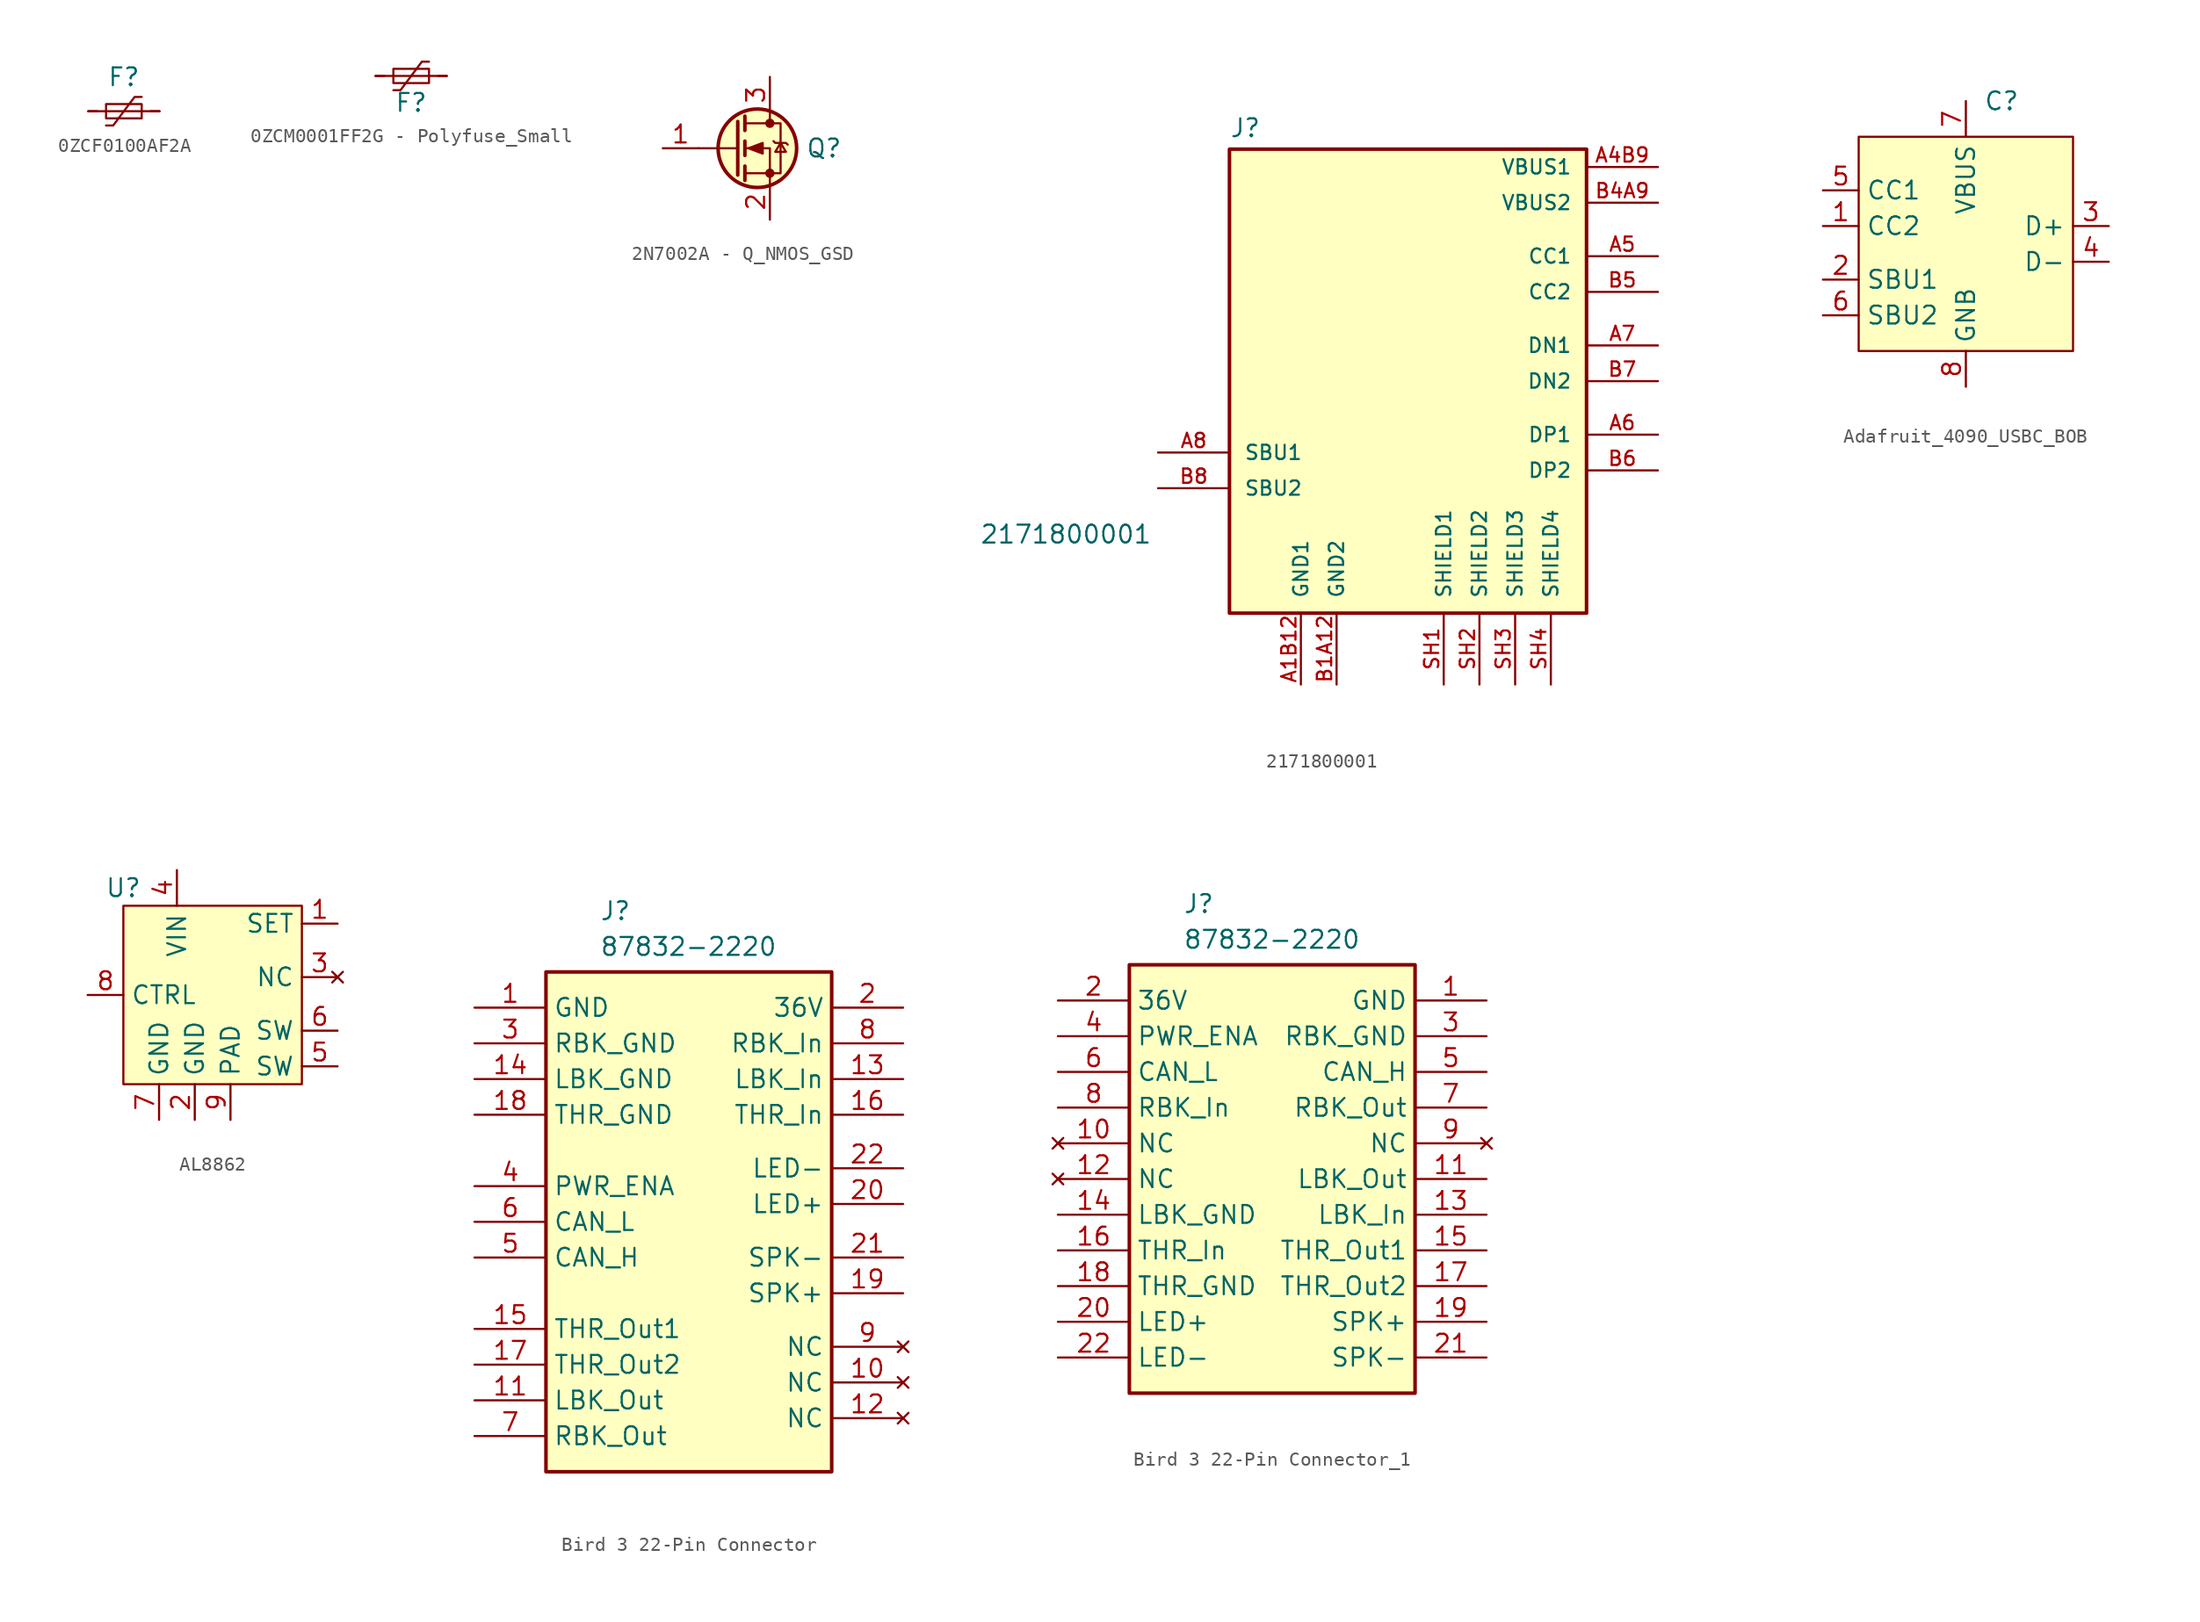
<source format=kicad_sym>
(kicad_symbol_lib
  (version 20231120)
  (generator "kicad_symbol_editor")
  (generator_version "8.0")
  (symbol "0ZCF0100AF2A"
    (pin_numbers hide)
    (property "Reference" "F"
      (at 0 3.175 0)
      (effects (font (size 1.27 1.27)) (justify top)))
    (symbol "0ZCF0100AF2A_0_1"
      (rectangle (start -1.27 -0.508) (end 1.27 0.508) (stroke (width 0) (type default)) (fill (type none)))
      (polyline (pts (xy -2.54 0) (xy 2.54 0)) (stroke (width 0) (type default)) (fill (type none)))
      (polyline (pts (xy -1.27 -1.016) (xy -0.762 -1.016) (xy 0.762 1.016) (xy 1.27 1.016)) (stroke (width 0) (type default)) (fill (type none))))
    (symbol "0ZCF0100AF2A_1_1"
      (pin passive line (at -2.54 0 0) (length 0.635) (name "~" (effects (font (size 1.27 1.27)))) (number "1" (effects (font (size 1.27 1.27)))))
      (pin passive line (at 2.54 0 180) (length 0.635) (name "~" (effects (font (size 1.27 1.27)))) (number "2" (effects (font (size 1.27 1.27)))))))
  (symbol "0ZCM0001FF2G - Polyfuse_Small"
    (pin_numbers hide)
    (pin_names
      (offset 0))
    (property "Reference" "F"
      (at 0 -1.905 0)
      (effects (font (size 1.27 1.27))))
    (symbol "0ZCM0001FF2G - Polyfuse_Small_0_1"
      (rectangle (start -1.27 -0.508) (end 1.27 0.508) (stroke (width 0) (type default)) (fill (type none)))
      (polyline (pts (xy -2.54 0) (xy 2.54 0)) (stroke (width 0) (type default)) (fill (type none)))
      (polyline (pts (xy -1.27 -1.016) (xy -0.762 -1.016) (xy 0.762 1.016) (xy 1.27 1.016)) (stroke (width 0) (type default)) (fill (type none))))
    (symbol "0ZCM0001FF2G - Polyfuse_Small_1_1"
      (pin passive line (at -2.54 0 0) (length 0.635) (name "~" (effects (font (size 1.27 1.27)))) (number "1" (effects (font (size 1.27 1.27)))))
      (pin passive line (at 2.54 0 180) (length 0.635) (name "~" (effects (font (size 1.27 1.27)))) (number "2" (effects (font (size 1.27 1.27)))))))
  (symbol "2N7002A - Q_NMOS_GSD"
    (pin_names
      (offset 0) hide)
    (property "Reference" "Q"
      (at 5.08 0 0)
      (effects (font (size 1.27 1.27)) (justify left)))
    (symbol "2N7002A - Q_NMOS_GSD_0_1"
      (polyline (pts (xy 0.254 0) (xy -2.54 0)) (stroke (width 0) (type default)) (fill (type none)))
      (polyline (pts (xy 0.254 1.905) (xy 0.254 -1.905)) (stroke (width 0.254) (type default)) (fill (type none)))
      (polyline (pts (xy 0.762 -1.27) (xy 0.762 -2.286)) (stroke (width 0.254) (type default)) (fill (type none)))
      (polyline (pts (xy 0.762 0.508) (xy 0.762 -0.508)) (stroke (width 0.254) (type default)) (fill (type none)))
      (polyline (pts (xy 0.762 2.286) (xy 0.762 1.27)) (stroke (width 0.254) (type default)) (fill (type none)))
      (polyline (pts (xy 2.54 2.54) (xy 2.54 1.778)) (stroke (width 0) (type default)) (fill (type none)))
      (polyline (pts (xy 2.54 -2.54) (xy 2.54 0) (xy 0.762 0)) (stroke (width 0) (type default)) (fill (type none)))
      (polyline (pts (xy 0.762 -1.778) (xy 3.302 -1.778) (xy 3.302 1.778) (xy 0.762 1.778)) (stroke (width 0) (type default)) (fill (type none)))
      (polyline (pts (xy 1.016 0) (xy 2.032 0.381) (xy 2.032 -0.381) (xy 1.016 0)) (stroke (width 0) (type default)) (fill (type outline)))
      (polyline (pts (xy 2.794 0.508) (xy 2.921 0.381) (xy 3.683 0.381) (xy 3.81 0.254)) (stroke (width 0) (type default)) (fill (type none)))
      (polyline (pts (xy 3.302 0.381) (xy 2.921 -0.254) (xy 3.683 -0.254) (xy 3.302 0.381)) (stroke (width 0) (type default)) (fill (type none)))
      (circle (center 2.54 -1.778) (radius 0.254) (stroke (width 0) (type default)) (fill (type outline)))
      (circle (center 2.54 1.778) (radius 0.254) (stroke (width 0) (type default)) (fill (type outline))))
    (symbol "2N7002A - Q_NMOS_GSD_1_1"
      (circle (center 1.651 0) (radius 2.794) (stroke (width 0.254) (type default)) (fill (type background)))
      (pin input line (at -5.08 0 0) (length 2.54) (name "G" (effects (font (size 1.27 1.27)))) (number "1" (effects (font (size 1.27 1.27)))))
      (pin passive line (at 2.54 -5.08 90) (length 2.54) (name "S" (effects (font (size 1.27 1.27)))) (number "2" (effects (font (size 1.27 1.27)))))
      (pin passive line (at 2.54 5.08 270) (length 2.54) (name "D" (effects (font (size 1.27 1.27)))) (number "3" (effects (font (size 1.27 1.27)))))))
  (symbol "2171800001"
    (pin_names
      (offset 1.016))
    (property "Reference" "J"
      (at -12.7 16.002 0)
      (effects (font (size 1.27 1.27)) (justify left bottom)))
    (property "Value" "2171800001"
      (at -30.48 -11.43 0)
      (effects (font (size 1.27 1.27)) (justify left top)))
    (symbol "2171800001_0_0"
      (rectangle (start -12.7 15.24) (end 12.7 -17.78) (stroke (width 0.254) (type default)) (fill (type background)))
      (pin power_in line (at -7.62 -22.86 90) (length 5.08) (name "GND1" (effects (font (size 1.016 1.016)))) (number "A1B12" (effects (font (size 1.016 1.016)))))
      (pin power_in line (at 17.78 13.97 180) (length 5.08) (name "VBUS1" (effects (font (size 1.016 1.016)))) (number "A4B9" (effects (font (size 1.016 1.016)))))
      (pin bidirectional line (at 17.78 7.62 180) (length 5.08) (name "CC1" (effects (font (size 1.016 1.016)))) (number "A5" (effects (font (size 1.016 1.016)))))
      (pin bidirectional line (at 17.78 -5.08 180) (length 5.08) (name "DP1" (effects (font (size 1.016 1.016)))) (number "A6" (effects (font (size 1.016 1.016)))))
      (pin bidirectional line (at 17.78 1.27 180) (length 5.08) (name "DN1" (effects (font (size 1.016 1.016)))) (number "A7" (effects (font (size 1.016 1.016)))))
      (pin bidirectional line (at -17.78 -6.35 0) (length 5.08) (name "SBU1" (effects (font (size 1.016 1.016)))) (number "A8" (effects (font (size 1.016 1.016)))))
      (pin power_in line (at -5.08 -22.86 90) (length 5.08) (name "GND2" (effects (font (size 1.016 1.016)))) (number "B1A12" (effects (font (size 1.016 1.016)))))
      (pin power_in line (at 17.78 11.43 180) (length 5.08) (name "VBUS2" (effects (font (size 1.016 1.016)))) (number "B4A9" (effects (font (size 1.016 1.016)))))
      (pin bidirectional line (at 17.78 5.08 180) (length 5.08) (name "CC2" (effects (font (size 1.016 1.016)))) (number "B5" (effects (font (size 1.016 1.016)))))
      (pin bidirectional line (at 17.78 -7.62 180) (length 5.08) (name "DP2" (effects (font (size 1.016 1.016)))) (number "B6" (effects (font (size 1.016 1.016)))))
      (pin bidirectional line (at 17.78 -1.27 180) (length 5.08) (name "DN2" (effects (font (size 1.016 1.016)))) (number "B7" (effects (font (size 1.016 1.016)))))
      (pin bidirectional line (at -17.78 -8.89 0) (length 5.08) (name "SBU2" (effects (font (size 1.016 1.016)))) (number "B8" (effects (font (size 1.016 1.016)))))
      (pin passive line (at 2.54 -22.86 90) (length 5.08) (name "SHIELD1" (effects (font (size 1.016 1.016)))) (number "SH1" (effects (font (size 1.016 1.016)))))
      (pin passive line (at 5.08 -22.86 90) (length 5.08) (name "SHIELD2" (effects (font (size 1.016 1.016)))) (number "SH2" (effects (font (size 1.016 1.016)))))
      (pin passive line (at 7.62 -22.86 90) (length 5.08) (name "SHIELD3" (effects (font (size 1.016 1.016)))) (number "SH3" (effects (font (size 1.016 1.016)))))
      (pin passive line (at 10.16 -22.86 90) (length 5.08) (name "SHIELD4" (effects (font (size 1.016 1.016)))) (number "SH4" (effects (font (size 1.016 1.016)))))))
  (symbol "Adafruit_4090_USBC_BOB"
    (property "Reference" "C"
      (at 2.54 10.16 0)
      (effects (font (size 1.27 1.27))))
    (property "Value" ""
      (at 0 0 0)
      (effects (font (size 1.27 1.27))))
    (symbol "Adafruit_4090_USBC_BOB_1_1"
      (rectangle (start -7.62 7.62) (end 7.62 -7.62) (stroke (width 0) (type default)) (fill (type background)))
      (pin passive line (at -10.16 1.27 0) (length 2.54) (name "CC2" (effects (font (size 1.27 1.27)))) (number "1" (effects (font (size 1.27 1.27)))))
      (pin passive line (at -10.16 -2.54 0) (length 2.54) (name "SBU1" (effects (font (size 1.27 1.27)))) (number "2" (effects (font (size 1.27 1.27)))))
      (pin passive line (at 10.16 1.27 180) (length 2.54) (name "D+" (effects (font (size 1.27 1.27)))) (number "3" (effects (font (size 1.27 1.27)))))
      (pin passive line (at 10.16 -1.27 180) (length 2.54) (name "D-" (effects (font (size 1.27 1.27)))) (number "4" (effects (font (size 1.27 1.27)))))
      (pin passive line (at -10.16 3.81 0) (length 2.54) (name "CC1" (effects (font (size 1.27 1.27)))) (number "5" (effects (font (size 1.27 1.27)))))
      (pin passive line (at -10.16 -5.08 0) (length 2.54) (name "SBU2" (effects (font (size 1.27 1.27)))) (number "6" (effects (font (size 1.27 1.27)))))
      (pin power_in line (at 0 10.16 270) (length 2.54) (name "VBUS" (effects (font (size 1.27 1.27)))) (number "7" (effects (font (size 1.27 1.27)))))
      (pin power_in line (at 0 -10.16 90) (length 2.54) (name "GNB" (effects (font (size 1.27 1.27)))) (number "8" (effects (font (size 1.27 1.27)))))))
  (symbol "AL8862"
    (property "Reference" "U"
      (at -6.35 7.62 0)
      (effects (font (size 1.27 1.27))))
    (property "Value" ""
      (at 0 0 0)
      (effects (font (size 1.27 1.27))))
    (symbol "AL8862_1_1"
      (rectangle (start -6.35 6.35) (end 6.35 -6.35) (stroke (width 0) (type default)) (fill (type background)))
      (pin power_out line (at 8.89 5.08 180) (length 2.54) (name "SET" (effects (font (size 1.27 1.27)))) (number "1" (effects (font (size 1.27 1.27)))))
      (pin power_in line (at -1.27 -8.89 90) (length 2.54) (name "GND" (effects (font (size 1.27 1.27)))) (number "2" (effects (font (size 1.27 1.27)))))
      (pin no_connect line (at 8.89 1.27 180) (length 2.54) (name "NC" (effects (font (size 1.27 1.27)))) (number "3" (effects (font (size 1.27 1.27)))))
      (pin power_in line (at -2.54 8.89 270) (length 2.54) (name "VIN" (effects (font (size 1.27 1.27)))) (number "4" (effects (font (size 1.27 1.27)))))
      (pin output line (at 8.89 -5.08 180) (length 2.54) (name "SW" (effects (font (size 1.27 1.27)))) (number "5" (effects (font (size 1.27 1.27)))))
      (pin output line (at 8.89 -2.54 180) (length 2.54) (name "SW" (effects (font (size 1.27 1.27)))) (number "6" (effects (font (size 1.27 1.27)))))
      (pin power_in line (at -3.81 -8.89 90) (length 2.54) (name "GND" (effects (font (size 1.27 1.27)))) (number "7" (effects (font (size 1.27 1.27)))))
      (pin input line (at -8.89 0 0) (length 2.54) (name "CTRL" (effects (font (size 1.27 1.27)))) (number "8" (effects (font (size 1.27 1.27)))))
      (pin power_in line (at 1.27 -8.89 90) (length 2.54) (name "PAD" (effects (font (size 1.27 1.27)))) (number "9" (effects (font (size 1.27 1.27)))))))
  (symbol "Bird 3 22-Pin Connector"
    (property "Reference" "J"
      (at -6.35 19.05 0)
      (effects (font (size 1.27 1.27)) (justify left top)))
    (property "Value" "87832-2220"
      (at -6.35 16.51 0)
      (effects (font (size 1.27 1.27)) (justify left top)))
    (symbol "Bird 3 22-Pin Connector_1_1"
      (rectangle (start -10.16 13.97) (end 10.16 -21.59) (stroke (width 0.254) (type default)) (fill (type background)))
      (pin power_out line (at -15.24 11.43 0) (length 5.08) (name "GND" (effects (font (size 1.27 1.27)))) (number "1" (effects (font (size 1.27 1.27)))))
      (pin no_connect line (at 15.24 -15.24 180) (length 5.08) (name "NC" (effects (font (size 1.27 1.27)))) (number "10" (effects (font (size 1.27 1.27)))))
      (pin passive line (at -15.24 -16.51 0) (length 5.08) (name "LBK_Out" (effects (font (size 1.27 1.27)))) (number "11" (effects (font (size 1.27 1.27)))))
      (pin no_connect line (at 15.24 -17.78 180) (length 5.08) (name "NC" (effects (font (size 1.27 1.27)))) (number "12" (effects (font (size 1.27 1.27)))))
      (pin passive line (at 15.24 6.35 180) (length 5.08) (name "LBK_In" (effects (font (size 1.27 1.27)))) (number "13" (effects (font (size 1.27 1.27)))))
      (pin passive line (at -15.24 6.35 0) (length 5.08) (name "LBK_GND" (effects (font (size 1.27 1.27)))) (number "14" (effects (font (size 1.27 1.27)))))
      (pin passive line (at -15.24 -11.43 0) (length 5.08) (name "THR_Out1" (effects (font (size 1.27 1.27)))) (number "15" (effects (font (size 1.27 1.27)))))
      (pin passive line (at 15.24 3.81 180) (length 5.08) (name "THR_In" (effects (font (size 1.27 1.27)))) (number "16" (effects (font (size 1.27 1.27)))))
      (pin passive line (at -15.24 -13.97 0) (length 5.08) (name "THR_Out2" (effects (font (size 1.27 1.27)))) (number "17" (effects (font (size 1.27 1.27)))))
      (pin passive line (at -15.24 3.81 0) (length 5.08) (name "THR_GND" (effects (font (size 1.27 1.27)))) (number "18" (effects (font (size 1.27 1.27)))))
      (pin passive line (at 15.24 -8.89 180) (length 5.08) (name "SPK+" (effects (font (size 1.27 1.27)))) (number "19" (effects (font (size 1.27 1.27)))))
      (pin power_out line (at 15.24 11.43 180) (length 5.08) (name "36V" (effects (font (size 1.27 1.27)))) (number "2" (effects (font (size 1.27 1.27)))))
      (pin passive line (at 15.24 -2.54 180) (length 5.08) (name "LED+" (effects (font (size 1.27 1.27)))) (number "20" (effects (font (size 1.27 1.27)))))
      (pin passive line (at 15.24 -6.35 180) (length 5.08) (name "SPK-" (effects (font (size 1.27 1.27)))) (number "21" (effects (font (size 1.27 1.27)))))
      (pin passive line (at 15.24 0 180) (length 5.08) (name "LED-" (effects (font (size 1.27 1.27)))) (number "22" (effects (font (size 1.27 1.27)))))
      (pin passive line (at -15.24 8.89 0) (length 5.08) (name "RBK_GND" (effects (font (size 1.27 1.27)))) (number "3" (effects (font (size 1.27 1.27)))))
      (pin passive line (at -15.24 -1.27 0) (length 5.08) (name "PWR_ENA" (effects (font (size 1.27 1.27)))) (number "4" (effects (font (size 1.27 1.27)))))
      (pin passive line (at -15.24 -6.35 0) (length 5.08) (name "CAN_H" (effects (font (size 1.27 1.27)))) (number "5" (effects (font (size 1.27 1.27)))))
      (pin passive line (at -15.24 -3.81 0) (length 5.08) (name "CAN_L" (effects (font (size 1.27 1.27)))) (number "6" (effects (font (size 1.27 1.27)))))
      (pin passive line (at -15.24 -19.05 0) (length 5.08) (name "RBK_Out" (effects (font (size 1.27 1.27)))) (number "7" (effects (font (size 1.27 1.27)))))
      (pin passive line (at 15.24 8.89 180) (length 5.08) (name "RBK_In" (effects (font (size 1.27 1.27)))) (number "8" (effects (font (size 1.27 1.27)))))
      (pin no_connect line (at 15.24 -12.7 180) (length 5.08) (name "NC" (effects (font (size 1.27 1.27)))) (number "9" (effects (font (size 1.27 1.27)))))))
  (symbol "Bird 3 22-Pin Connector_1"
    (property "Reference" "J"
      (at -6.35 19.05 0)
      (effects (font (size 1.27 1.27)) (justify left top)))
    (property "Value" "87832-2220"
      (at -6.35 16.51 0)
      (effects (font (size 1.27 1.27)) (justify left top)))
    (symbol "Bird 3 22-Pin Connector_1_1_1"
      (rectangle (start -10.16 13.97) (end 10.16 -16.51) (stroke (width 0.254) (type default)) (fill (type background)))
      (pin power_out line (at 15.24 11.43 180) (length 5.08) (name "GND" (effects (font (size 1.27 1.27)))) (number "1" (effects (font (size 1.27 1.27)))))
      (pin no_connect line (at -15.24 1.27 0) (length 5.08) (name "NC" (effects (font (size 1.27 1.27)))) (number "10" (effects (font (size 1.27 1.27)))))
      (pin passive line (at 15.24 -1.27 180) (length 5.08) (name "LBK_Out" (effects (font (size 1.27 1.27)))) (number "11" (effects (font (size 1.27 1.27)))))
      (pin no_connect line (at -15.24 -1.27 0) (length 5.08) (name "NC" (effects (font (size 1.27 1.27)))) (number "12" (effects (font (size 1.27 1.27)))))
      (pin passive line (at 15.24 -3.81 180) (length 5.08) (name "LBK_In" (effects (font (size 1.27 1.27)))) (number "13" (effects (font (size 1.27 1.27)))))
      (pin passive line (at -15.24 -3.81 0) (length 5.08) (name "LBK_GND" (effects (font (size 1.27 1.27)))) (number "14" (effects (font (size 1.27 1.27)))))
      (pin passive line (at 15.24 -6.35 180) (length 5.08) (name "THR_Out1" (effects (font (size 1.27 1.27)))) (number "15" (effects (font (size 1.27 1.27)))))
      (pin passive line (at -15.24 -6.35 0) (length 5.08) (name "THR_In" (effects (font (size 1.27 1.27)))) (number "16" (effects (font (size 1.27 1.27)))))
      (pin passive line (at 15.24 -8.89 180) (length 5.08) (name "THR_Out2" (effects (font (size 1.27 1.27)))) (number "17" (effects (font (size 1.27 1.27)))))
      (pin passive line (at -15.24 -8.89 0) (length 5.08) (name "THR_GND" (effects (font (size 1.27 1.27)))) (number "18" (effects (font (size 1.27 1.27)))))
      (pin passive line (at 15.24 -11.43 180) (length 5.08) (name "SPK+" (effects (font (size 1.27 1.27)))) (number "19" (effects (font (size 1.27 1.27)))))
      (pin power_out line (at -15.24 11.43 0) (length 5.08) (name "36V" (effects (font (size 1.27 1.27)))) (number "2" (effects (font (size 1.27 1.27)))))
      (pin passive line (at -15.24 -11.43 0) (length 5.08) (name "LED+" (effects (font (size 1.27 1.27)))) (number "20" (effects (font (size 1.27 1.27)))))
      (pin passive line (at 15.24 -13.97 180) (length 5.08) (name "SPK-" (effects (font (size 1.27 1.27)))) (number "21" (effects (font (size 1.27 1.27)))))
      (pin passive line (at -15.24 -13.97 0) (length 5.08) (name "LED-" (effects (font (size 1.27 1.27)))) (number "22" (effects (font (size 1.27 1.27)))))
      (pin passive line (at 15.24 8.89 180) (length 5.08) (name "RBK_GND" (effects (font (size 1.27 1.27)))) (number "3" (effects (font (size 1.27 1.27)))))
      (pin passive line (at -15.24 8.89 0) (length 5.08) (name "PWR_ENA" (effects (font (size 1.27 1.27)))) (number "4" (effects (font (size 1.27 1.27)))))
      (pin passive line (at 15.24 6.35 180) (length 5.08) (name "CAN_H" (effects (font (size 1.27 1.27)))) (number "5" (effects (font (size 1.27 1.27)))))
      (pin passive line (at -15.24 6.35 0) (length 5.08) (name "CAN_L" (effects (font (size 1.27 1.27)))) (number "6" (effects (font (size 1.27 1.27)))))
      (pin passive line (at 15.24 3.81 180) (length 5.08) (name "RBK_Out" (effects (font (size 1.27 1.27)))) (number "7" (effects (font (size 1.27 1.27)))))
      (pin passive line (at -15.24 3.81 0) (length 5.08) (name "RBK_In" (effects (font (size 1.27 1.27)))) (number "8" (effects (font (size 1.27 1.27)))))
      (pin no_connect line (at 15.24 1.27 180) (length 5.08) (name "NC" (effects (font (size 1.27 1.27)))) (number "9" (effects (font (size 1.27 1.27))))))))
</source>
